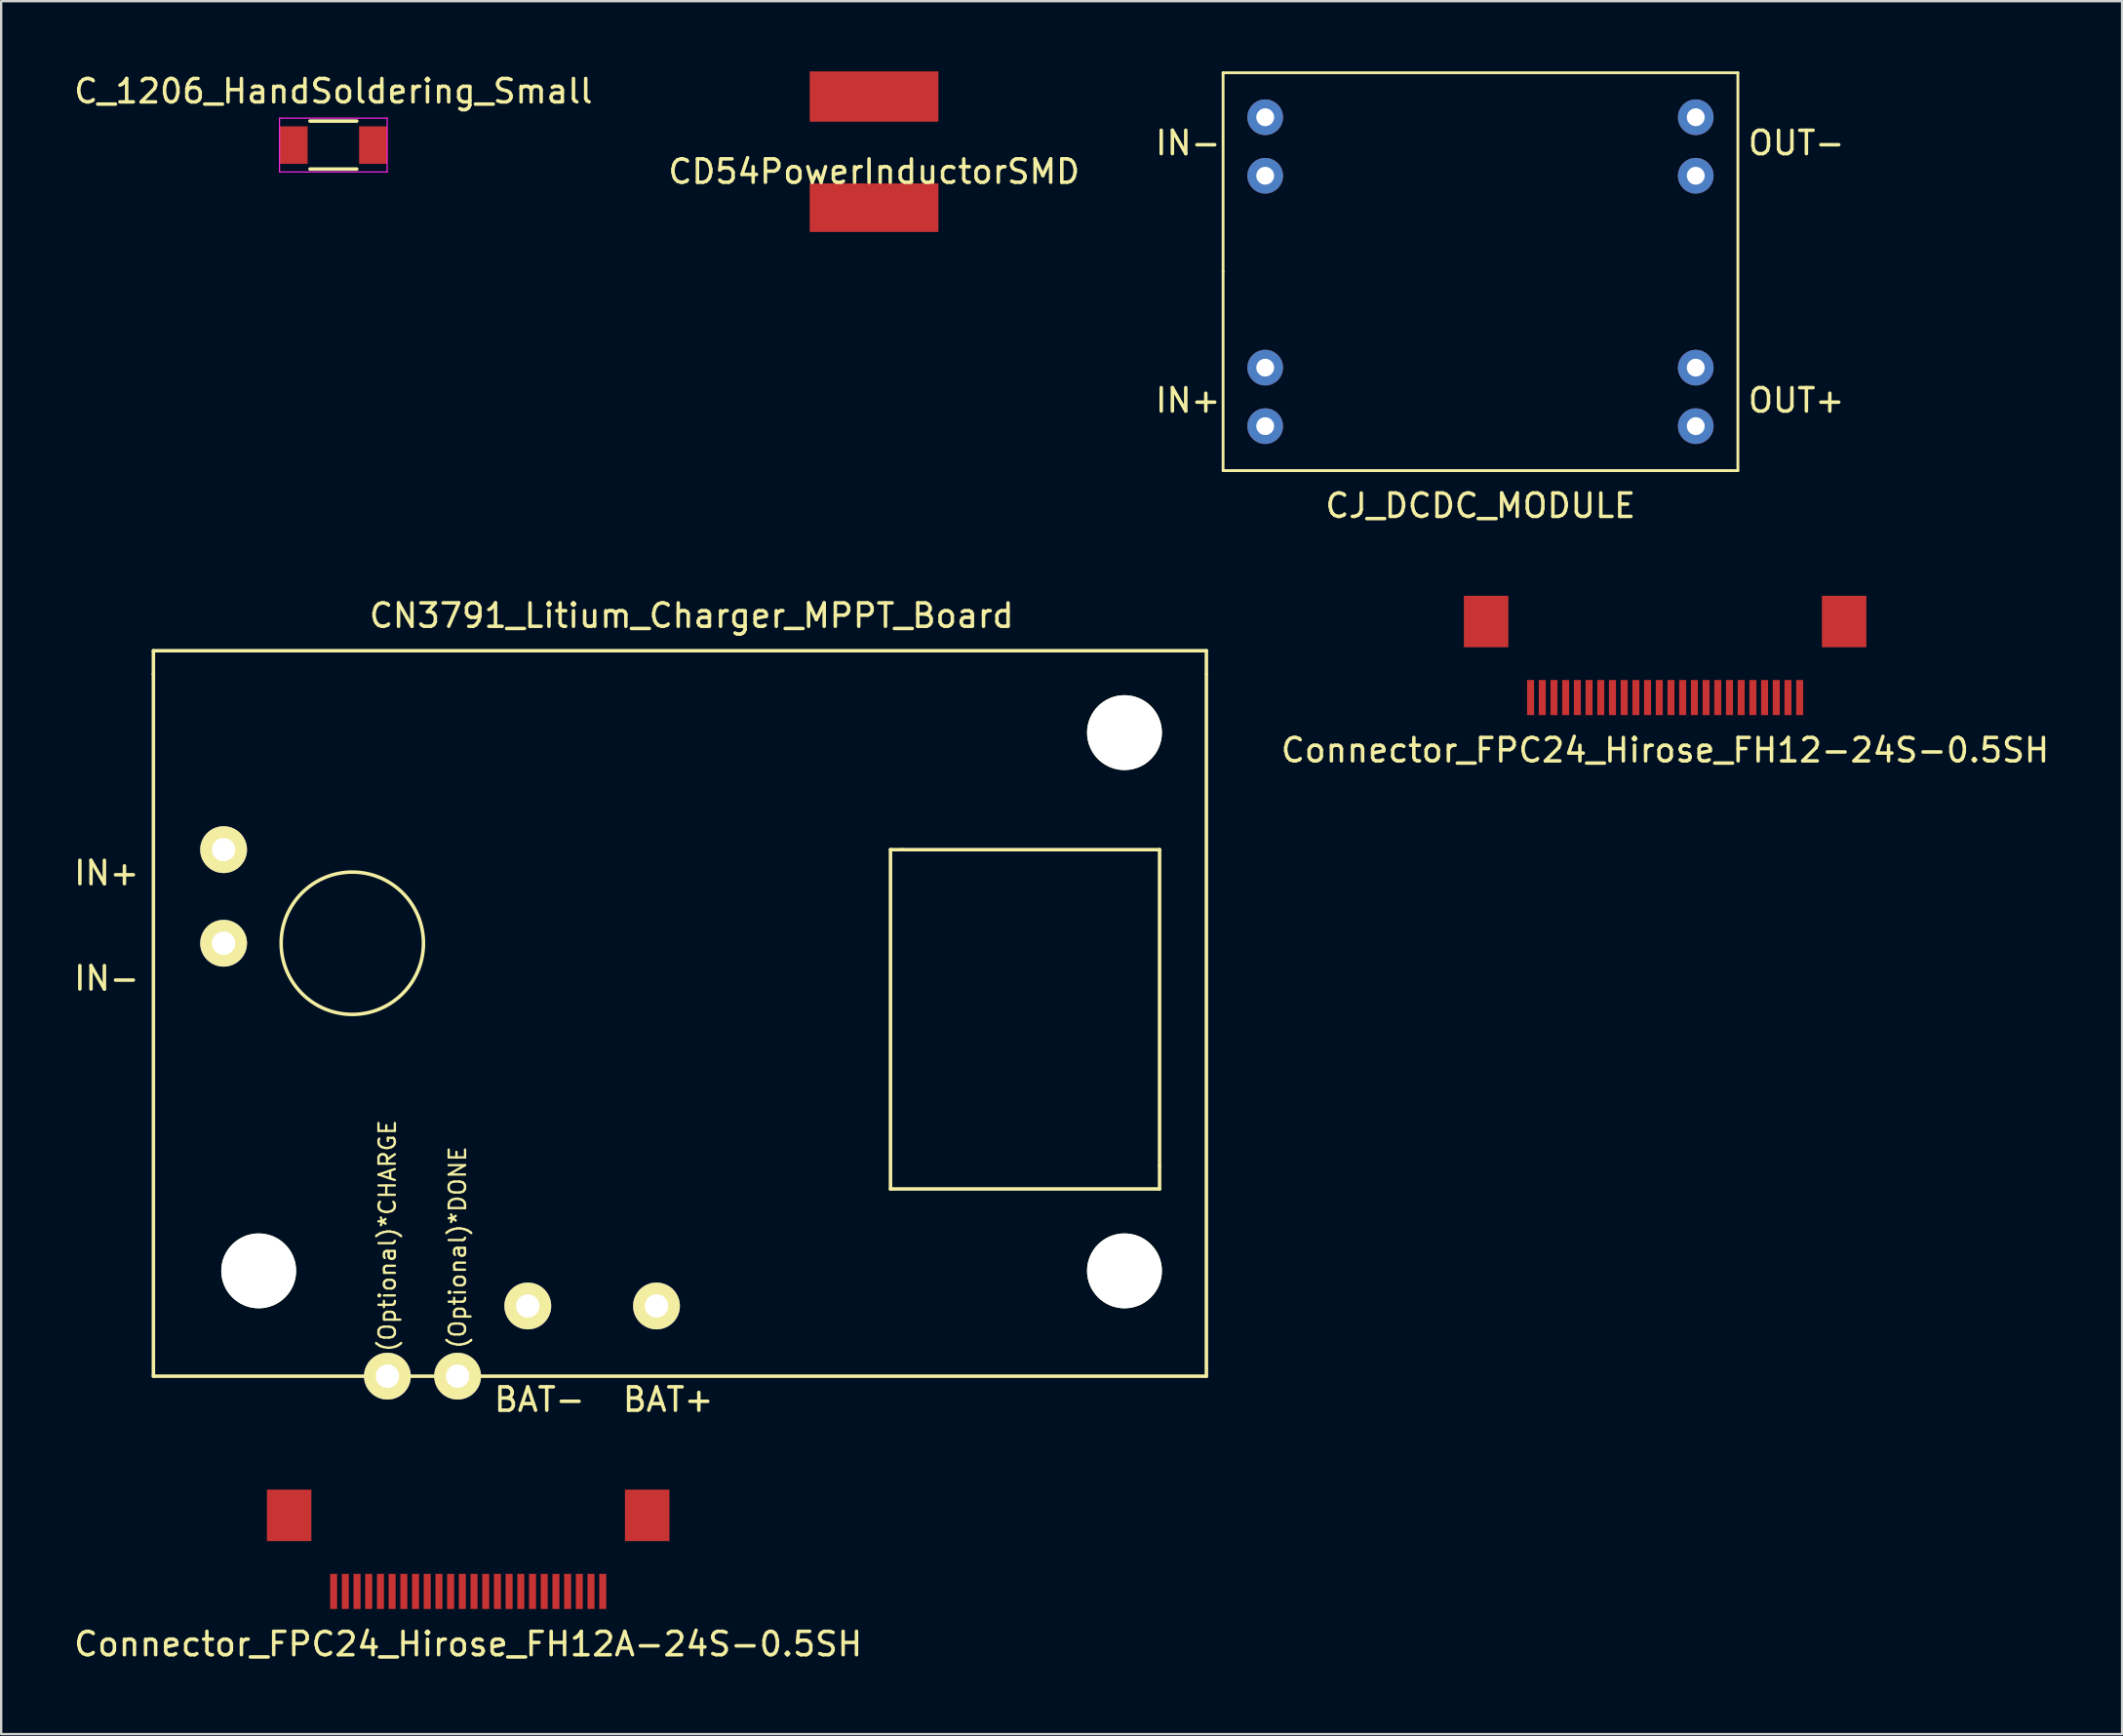
<source format=kicad_pcb>
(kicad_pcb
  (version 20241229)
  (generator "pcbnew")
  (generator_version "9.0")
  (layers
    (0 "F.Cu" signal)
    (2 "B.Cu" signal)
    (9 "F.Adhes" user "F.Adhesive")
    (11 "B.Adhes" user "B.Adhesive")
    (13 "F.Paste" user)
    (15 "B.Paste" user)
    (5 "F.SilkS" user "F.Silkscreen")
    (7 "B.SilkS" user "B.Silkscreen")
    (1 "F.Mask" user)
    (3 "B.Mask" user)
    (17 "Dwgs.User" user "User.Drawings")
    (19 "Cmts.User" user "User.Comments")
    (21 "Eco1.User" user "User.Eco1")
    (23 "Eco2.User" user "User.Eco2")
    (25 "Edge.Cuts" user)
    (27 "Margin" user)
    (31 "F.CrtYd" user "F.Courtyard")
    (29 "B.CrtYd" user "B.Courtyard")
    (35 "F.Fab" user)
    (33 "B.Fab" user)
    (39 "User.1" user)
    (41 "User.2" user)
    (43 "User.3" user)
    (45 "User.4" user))
  (footprint "CD54PowerInductorSMD"
    (layer "F.Cu")
    (at 34.304 3.783)
    (property "Reference" "CD54PowerInductorSMD" (at 0 0.5 0) (layer "F.SilkS") (effects (font (size 1 1) (thickness 0.15))))
    (attr through_hole)
    (pad "1" smd rect (at 0 -2.708) (size 5.5 2.15) (layers "F.Cu" "F.Mask" "F.Paste"))
    (pad "2" smd rect (at 0 2.042) (size 5.5 2.075) (layers "F.Cu" "F.Mask" "F.Paste")))
  (footprint "C_1206_HandSoldering_Small"
    (layer "F.Cu")
    (at 11.196 3.148)
    (property "Reference" "C_1206_HandSoldering_Small" (at 0 -2.3 0) (layer "F.SilkS") (effects (font (size 1 1) (thickness 0.15))))
    (attr smd)
    (fp_line (start -1 1.025) (end 1 1.025) (stroke (width 0.15) (type solid)) (layer "F.SilkS"))
    (fp_line (start 1 -1.025) (end -1 -1.025) (stroke (width 0.15) (type solid)) (layer "F.SilkS"))
    (fp_line (start -2.3 -1.15) (end -2.3 1.15) (stroke (width 0.05) (type solid)) (layer "F.CrtYd"))
    (fp_line (start -2.3 -1.15) (end 2.3 -1.15) (stroke (width 0.05) (type solid)) (layer "F.CrtYd"))
    (fp_line (start -2.3 1.15) (end 2.3 1.15) (stroke (width 0.05) (type solid)) (layer "F.CrtYd"))
    (fp_line (start 2.3 -1.15) (end 2.3 1.15) (stroke (width 0.05) (type solid)) (layer "F.CrtYd"))
    (pad "1" smd rect (at -1.7 0) (size 1.2 1.6) (layers "F.Cu" "F.Mask" "F.Paste"))
    (pad "2" smd rect (at 1.7 0) (size 1.2 1.6) (layers "F.Cu" "F.Mask" "F.Paste")))
  (footprint "CJ_DCDC_MODULE"
    (layer "F.Cu")
    (at 60.22 8.56)
    (property "Reference" "CJ_DCDC_MODULE" (at 0 10 0) (layer "F.SilkS") (effects (font (size 1 1) (thickness 0.15))))
    (attr through_hole)
    (fp_line (start -11 -8.5) (end -11 0) (stroke (width 0.12) (type solid)) (layer "F.SilkS"))
    (fp_line (start -11 0) (end -11 8.5) (stroke (width 0.12) (type solid)) (layer "F.SilkS"))
    (fp_line (start -11 8.5) (end 11 8.5) (stroke (width 0.12) (type solid)) (layer "F.SilkS"))
    (fp_line (start 11 -8.5) (end -11 -8.5) (stroke (width 0.12) (type solid)) (layer "F.SilkS"))
    (fp_line (start 11 8.5) (end 11 -8.5) (stroke (width 0.12) (type solid)) (layer "F.SilkS"))
    (fp_text user "IN+" (at -12.5 5.5 0) (layer "F.SilkS") (effects (font (size 1 1) (thickness 0.15))))
    (fp_text user "OUT+" (at 13.5 5.5 0) (layer "F.SilkS") (effects (font (size 1 1) (thickness 0.15))))
    (fp_text user "IN-" (at -12.5 -5.5 0) (layer "F.SilkS") (effects (font (size 1 1) (thickness 0.15))))
    (fp_text user "OUT-" (at 13.5 -5.5 0) (layer "F.SilkS") (effects (font (size 1 1) (thickness 0.15))))
    (pad "1" thru_hole circle (at -9.2 4.1) (size 1.524 1.524) (drill 0.762) (layers "*.Cu" "*.Mask"))
    (pad "1" thru_hole circle (at -9.2 6.6) (size 1.524 1.524) (drill 0.762) (layers "*.Cu" "*.Mask"))
    (pad "2" thru_hole circle (at -9.2 -6.6) (size 1.524 1.524) (drill 0.762) (layers "*.Cu" "*.Mask"))
    (pad "2" thru_hole circle (at -9.2 -4.1) (size 1.524 1.524) (drill 0.762) (layers "*.Cu" "*.Mask"))
    (pad "3" thru_hole circle (at 9.2 4.1) (size 1.524 1.524) (drill 0.762) (layers "*.Cu" "*.Mask"))
    (pad "3" thru_hole circle (at 9.2 6.6) (size 1.524 1.524) (drill 0.762) (layers "*.Cu" "*.Mask"))
    (pad "4" thru_hole circle (at 9.2 -6.6) (size 1.524 1.524) (drill 0.762) (layers "*.Cu" "*.Mask"))
    (pad "4" thru_hole circle (at 9.2 -4.1) (size 1.524 1.524) (drill 0.762) (layers "*.Cu" "*.Mask")))
  (footprint "CN3791_Litium_Charger_MPPT_Board"
    (layer "F.Cu")
    (at 26.006 40.257)
    (property "Reference" "CN3791_Litium_Charger_MPPT_Board" (at 0.5 -17 0) (layer "F.SilkS") (effects (font (size 1 1) (thickness 0.15))))
    (attr through_hole)
    (fp_line (start -22.5 -15.5) (end 22.5 -15.5) (stroke (width 0.15) (type solid)) (layer "F.SilkS"))
    (fp_line (start -22.5 -14.5) (end -22.5 -15.5) (stroke (width 0.15) (type solid)) (layer "F.SilkS"))
    (fp_line (start -22.5 15.5) (end -22.5 -14.5) (stroke (width 0.15) (type solid)) (layer "F.SilkS"))
    (fp_line (start 9 -7) (end 9.5 -7) (stroke (width 0.15) (type solid)) (layer "F.SilkS"))
    (fp_line (start 9 7.5) (end 9 -7) (stroke (width 0.15) (type solid)) (layer "F.SilkS"))
    (fp_line (start 9.5 -7) (end 20.5 -7) (stroke (width 0.15) (type solid)) (layer "F.SilkS"))
    (fp_line (start 20.5 -7) (end 20.5 6.5) (stroke (width 0.15) (type solid)) (layer "F.SilkS"))
    (fp_line (start 20.5 6.5) (end 20.5 7.5) (stroke (width 0.15) (type solid)) (layer "F.SilkS"))
    (fp_line (start 20.5 7.5) (end 9 7.5) (stroke (width 0.15) (type solid)) (layer "F.SilkS"))
    (fp_line (start 22.5 -15.5) (end 22.5 -14.5) (stroke (width 0.15) (type solid)) (layer "F.SilkS"))
    (fp_line (start 22.5 -14.5) (end 22.5 15.5) (stroke (width 0.15) (type solid)) (layer "F.SilkS"))
    (fp_line (start 22.5 15.5) (end -22.5 15.5) (stroke (width 0.15) (type solid)) (layer "F.SilkS"))
    (fp_circle (center -14 -3) (end -17 -3.5) (stroke (width 0.15) (type solid)) (fill no) (layer "F.SilkS"))
    (fp_text user "BAT-" (at -6 16.5 0) (layer "F.SilkS") (effects (font (size 1 1) (thickness 0.15))))
    (fp_text user "(Optional)*CHARGE" (at -12.5 9.5 90) (layer "F.SilkS") (effects (font (size 0.7 0.7) (thickness 0.1))))
    (fp_text user "BAT+" (at -0.5 16.5 0) (layer "F.SilkS") (effects (font (size 1 1) (thickness 0.15))))
    (fp_text user "(Optional)*DONE" (at -9.5 10 90) (layer "F.SilkS") (effects (font (size 0.7 0.7) (thickness 0.1))))
    (fp_text user "IN+" (at -24.5 -6 180) (layer "F.SilkS") (effects (font (size 1 1) (thickness 0.15))))
    (fp_text user "IN-" (at -24.5 -1.5 0) (layer "F.SilkS") (effects (font (size 1 1) (thickness 0.15))))
    (pad "" np_thru_hole circle (at -18 11) (size 3.2 3.2) (drill 3.2) (layers "*.Cu" "*.Mask" "F.SilkS"))
    (pad "" np_thru_hole circle (at 19 -12) (size 3.2 3.2) (drill 3.2) (layers "*.Cu" "*.Mask" "F.SilkS"))
    (pad "" np_thru_hole circle (at 19 11) (size 3.2 3.2) (drill 3.2) (layers "*.Cu" "*.Mask" "F.SilkS"))
    (pad "1" thru_hole circle (at -19.5 -7) (size 2 2) (drill 1) (layers "*.Cu" "*.Mask" "F.SilkS"))
    (pad "2" thru_hole circle (at -19.5 -3) (size 2 2) (drill 1) (layers "*.Cu" "*.Mask" "F.SilkS"))
    (pad "3" thru_hole circle (at -1 12.5) (size 2 2) (drill 1) (layers "*.Cu" "*.Mask" "F.SilkS"))
    (pad "4" thru_hole circle (at -6.5 12.5) (size 2 2) (drill 1) (layers "*.Cu" "*.Mask" "F.SilkS"))
    (pad "5" thru_hole circle (at -9.5 15.5) (size 2 2) (drill 1) (layers "*.Cu" "*.Mask" "F.SilkS"))
    (pad "6" thru_hole circle (at -12.5 15.5) (size 2 2) (drill 1) (layers "*.Cu" "*.Mask" "F.SilkS")))
  (footprint "Connector_FPC24_Hirose_FH12-24S-0.5SH"
    (layer "F.Cu")
    (at 68.111 26.758)
    (property "Reference" "Connector_FPC24_Hirose_FH12-24S-0.5SH" (at 0 2.25 0) (layer "F.SilkS") (effects (font (size 1 1) (thickness 0.15))))
    (attr through_hole)
    (pad "" smd rect (at -7.65 -3.25) (size 1.9 2.2) (layers "F.Cu" "F.Mask" "F.Paste"))
    (pad "" smd rect (at 7.65 -3.25) (size 1.9 2.2) (layers "F.Cu" "F.Mask" "F.Paste"))
    (pad "1" smd rect (at 5.75 0) (size 0.3 1.5) (layers "F.Cu" "F.Mask" "F.Paste"))
    (pad "2" smd rect (at 5.25 0) (size 0.3 1.5) (layers "F.Cu" "F.Mask" "F.Paste"))
    (pad "3" smd rect (at 4.75 0) (size 0.3 1.5) (layers "F.Cu" "F.Mask" "F.Paste"))
    (pad "4" smd rect (at 4.25 0) (size 0.3 1.5) (layers "F.Cu" "F.Mask" "F.Paste"))
    (pad "5" smd rect (at 3.75 0) (size 0.3 1.5) (layers "F.Cu" "F.Mask" "F.Paste"))
    (pad "6" smd rect (at 3.25 0) (size 0.3 1.5) (layers "F.Cu" "F.Mask" "F.Paste"))
    (pad "7" smd rect (at 2.75 0) (size 0.3 1.5) (layers "F.Cu" "F.Mask" "F.Paste"))
    (pad "8" smd rect (at 2.25 0) (size 0.3 1.5) (layers "F.Cu" "F.Mask" "F.Paste"))
    (pad "9" smd rect (at 1.75 0) (size 0.3 1.5) (layers "F.Cu" "F.Mask" "F.Paste"))
    (pad "10" smd rect (at 1.25 0) (size 0.3 1.5) (layers "F.Cu" "F.Mask" "F.Paste"))
    (pad "11" smd rect (at 0.75 0) (size 0.3 1.5) (layers "F.Cu" "F.Mask" "F.Paste"))
    (pad "12" smd rect (at 0.25 0) (size 0.3 1.5) (layers "F.Cu" "F.Mask" "F.Paste"))
    (pad "13" smd rect (at -0.25 0) (size 0.3 1.5) (layers "F.Cu" "F.Mask" "F.Paste"))
    (pad "14" smd rect (at -0.75 0) (size 0.3 1.5) (layers "F.Cu" "F.Mask" "F.Paste"))
    (pad "15" smd rect (at -1.25 0) (size 0.3 1.5) (layers "F.Cu" "F.Mask" "F.Paste"))
    (pad "16" smd rect (at -1.75 0) (size 0.3 1.5) (layers "F.Cu" "F.Mask" "F.Paste"))
    (pad "17" smd rect (at -2.25 0) (size 0.3 1.5) (layers "F.Cu" "F.Mask" "F.Paste"))
    (pad "18" smd rect (at -2.75 0) (size 0.3 1.5) (layers "F.Cu" "F.Mask" "F.Paste"))
    (pad "19" smd rect (at -3.25 0) (size 0.3 1.5) (layers "F.Cu" "F.Mask" "F.Paste"))
    (pad "20" smd rect (at -3.75 0) (size 0.3 1.5) (layers "F.Cu" "F.Mask" "F.Paste"))
    (pad "21" smd rect (at -4.25 0) (size 0.3 1.5) (layers "F.Cu" "F.Mask" "F.Paste"))
    (pad "22" smd rect (at -4.75 0) (size 0.3 1.5) (layers "F.Cu" "F.Mask" "F.Paste"))
    (pad "23" smd rect (at -5.25 0) (size 0.3 1.5) (layers "F.Cu" "F.Mask" "F.Paste"))
    (pad "24" smd rect (at -5.75 0) (size 0.3 1.5) (layers "F.Cu" "F.Mask" "F.Paste")))
  (footprint "Connector_FPC24_Hirose_FH12A-24S-0.5SH"
    (layer "F.Cu")
    (at 16.958 64.955)
    (property "Reference" "Connector_FPC24_Hirose_FH12A-24S-0.5SH" (at 0 2.25 0) (layer "F.SilkS") (effects (font (size 1 1) (thickness 0.15))))
    (attr through_hole)
    (pad "" smd rect (at -7.65 -3.25) (size 1.9 2.2) (layers "F.Cu" "F.Mask" "F.Paste"))
    (pad "" smd rect (at 7.65 -3.25) (size 1.9 2.2) (layers "F.Cu" "F.Mask" "F.Paste"))
    (pad "1" smd rect (at -5.75 0) (size 0.3 1.5) (layers "F.Cu" "F.Mask" "F.Paste"))
    (pad "2" smd rect (at -5.25 0) (size 0.3 1.5) (layers "F.Cu" "F.Mask" "F.Paste"))
    (pad "3" smd rect (at -4.75 0) (size 0.3 1.5) (layers "F.Cu" "F.Mask" "F.Paste"))
    (pad "4" smd rect (at -4.25 0) (size 0.3 1.5) (layers "F.Cu" "F.Mask" "F.Paste"))
    (pad "5" smd rect (at -3.75 0) (size 0.3 1.5) (layers "F.Cu" "F.Mask" "F.Paste"))
    (pad "6" smd rect (at -3.25 0) (size 0.3 1.5) (layers "F.Cu" "F.Mask" "F.Paste"))
    (pad "7" smd rect (at -2.75 0) (size 0.3 1.5) (layers "F.Cu" "F.Mask" "F.Paste"))
    (pad "8" smd rect (at -2.25 0) (size 0.3 1.5) (layers "F.Cu" "F.Mask" "F.Paste"))
    (pad "9" smd rect (at -1.75 0) (size 0.3 1.5) (layers "F.Cu" "F.Mask" "F.Paste"))
    (pad "10" smd rect (at -1.25 0) (size 0.3 1.5) (layers "F.Cu" "F.Mask" "F.Paste"))
    (pad "11" smd rect (at -0.75 0) (size 0.3 1.5) (layers "F.Cu" "F.Mask" "F.Paste"))
    (pad "12" smd rect (at -0.25 0) (size 0.3 1.5) (layers "F.Cu" "F.Mask" "F.Paste"))
    (pad "13" smd rect (at 0.25 0) (size 0.3 1.5) (layers "F.Cu" "F.Mask" "F.Paste"))
    (pad "14" smd rect (at 0.75 0) (size 0.3 1.5) (layers "F.Cu" "F.Mask" "F.Paste"))
    (pad "15" smd rect (at 1.25 0) (size 0.3 1.5) (layers "F.Cu" "F.Mask" "F.Paste"))
    (pad "16" smd rect (at 1.75 0) (size 0.3 1.5) (layers "F.Cu" "F.Mask" "F.Paste"))
    (pad "17" smd rect (at 2.25 0) (size 0.3 1.5) (layers "F.Cu" "F.Mask" "F.Paste"))
    (pad "18" smd rect (at 2.75 0) (size 0.3 1.5) (layers "F.Cu" "F.Mask" "F.Paste"))
    (pad "19" smd rect (at 3.25 0) (size 0.3 1.5) (layers "F.Cu" "F.Mask" "F.Paste"))
    (pad "20" smd rect (at 3.75 0) (size 0.3 1.5) (layers "F.Cu" "F.Mask" "F.Paste"))
    (pad "21" smd rect (at 4.25 0) (size 0.3 1.5) (layers "F.Cu" "F.Mask" "F.Paste"))
    (pad "22" smd rect (at 4.75 0) (size 0.3 1.5) (layers "F.Cu" "F.Mask" "F.Paste"))
    (pad "23" smd rect (at 5.25 0) (size 0.3 1.5) (layers "F.Cu" "F.Mask" "F.Paste"))
    (pad "24" smd rect (at 5.75 0) (size 0.3 1.5) (layers "F.Cu" "F.Mask" "F.Paste")))
  (gr_rect
    (start -3 -3)
    (end 87.64 71.053)
    (stroke (width 0.1) (type default))
    (fill no)
    (layer "Edge.Cuts")))
</source>
